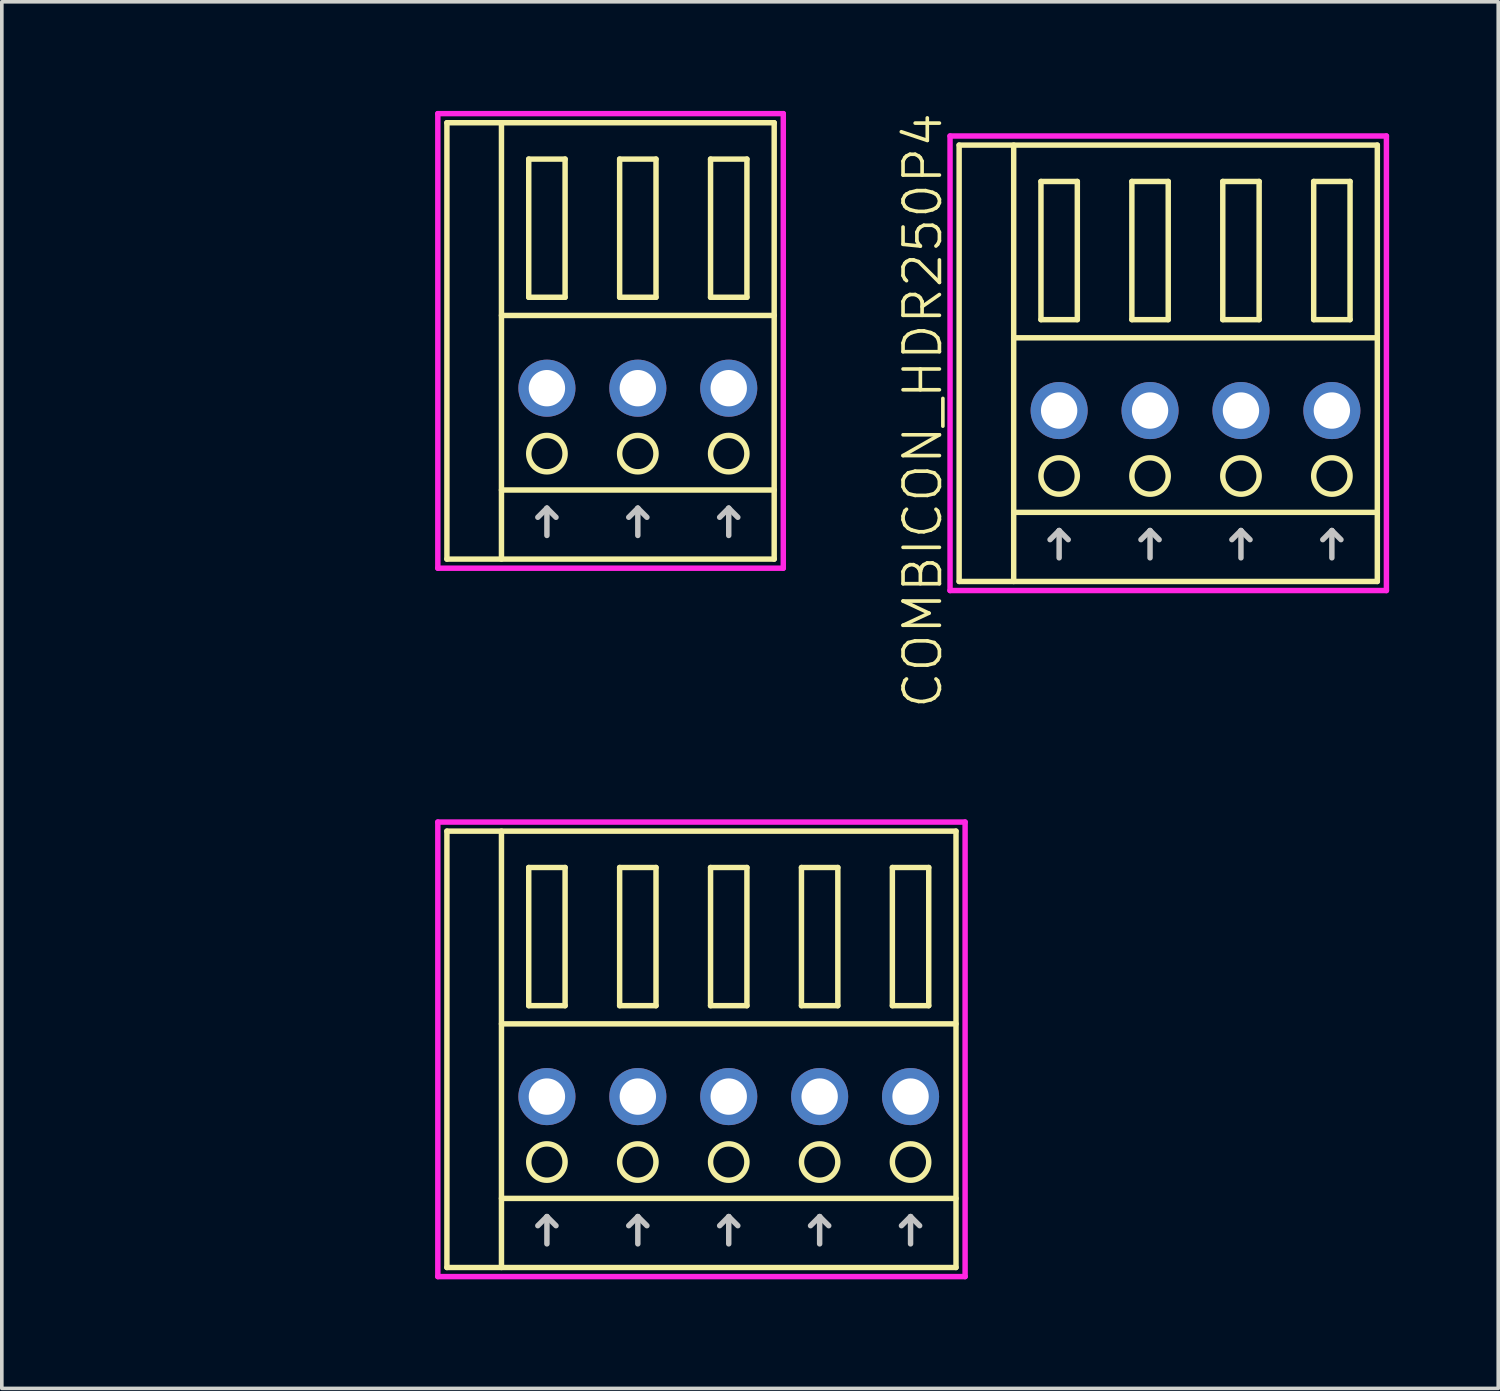
<source format=kicad_pcb>
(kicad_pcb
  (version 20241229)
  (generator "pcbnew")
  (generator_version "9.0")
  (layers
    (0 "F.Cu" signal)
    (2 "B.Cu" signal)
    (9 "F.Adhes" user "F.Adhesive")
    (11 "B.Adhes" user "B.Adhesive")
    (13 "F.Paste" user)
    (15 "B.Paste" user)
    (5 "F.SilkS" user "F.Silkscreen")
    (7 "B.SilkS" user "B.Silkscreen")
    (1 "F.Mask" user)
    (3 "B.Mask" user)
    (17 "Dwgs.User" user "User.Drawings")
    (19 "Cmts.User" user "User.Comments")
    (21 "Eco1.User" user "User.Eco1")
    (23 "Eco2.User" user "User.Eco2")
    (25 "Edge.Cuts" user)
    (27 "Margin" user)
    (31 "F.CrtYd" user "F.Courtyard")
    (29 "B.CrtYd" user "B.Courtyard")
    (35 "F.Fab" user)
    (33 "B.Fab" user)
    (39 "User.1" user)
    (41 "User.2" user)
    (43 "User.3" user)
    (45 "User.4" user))
  (footprint "COMBICON_HDR250P4"
    (layer "F.Cu")
    (at 29.826 8.24)
    (property "Reference" "COMBICON_HDR250P4" (at -7.5 0 90) (layer "F.SilkS") (effects (font (size 1 1) (thickness 0.1))))
    (attr through_hole)
    (fp_line (start -6.5 -7.3) (end -6.5 4.7) (stroke (width 0.15) (type solid)) (layer "F.SilkS"))
    (fp_line (start -6.5 4.7) (end 5 4.7) (stroke (width 0.15) (type solid)) (layer "F.SilkS"))
    (fp_line (start -5 -2) (end 5 -2) (stroke (width 0.15) (type solid)) (layer "F.SilkS"))
    (fp_line (start -5 2.8) (end 5 2.8) (stroke (width 0.15) (type solid)) (layer "F.SilkS"))
    (fp_line (start -5 4.7) (end -5 -7.3) (stroke (width 0.15) (type solid)) (layer "F.SilkS"))
    (fp_line (start -4.25 -6.3) (end -4.25 -2.5) (stroke (width 0.15) (type solid)) (layer "F.SilkS"))
    (fp_line (start -4.25 -2.5) (end -3.25 -2.5) (stroke (width 0.15) (type solid)) (layer "F.SilkS"))
    (fp_line (start -3.25 -6.3) (end -4.25 -6.3) (stroke (width 0.15) (type solid)) (layer "F.SilkS"))
    (fp_line (start -3.25 -2.5) (end -3.25 -6.3) (stroke (width 0.15) (type solid)) (layer "F.SilkS"))
    (fp_line (start -1.75 -6.3) (end -1.75 -2.5) (stroke (width 0.15) (type solid)) (layer "F.SilkS"))
    (fp_line (start -1.75 -2.5) (end -0.75 -2.5) (stroke (width 0.15) (type solid)) (layer "F.SilkS"))
    (fp_line (start -0.75 -6.3) (end -1.75 -6.3) (stroke (width 0.15) (type solid)) (layer "F.SilkS"))
    (fp_line (start -0.75 -2.5) (end -0.75 -6.3) (stroke (width 0.15) (type solid)) (layer "F.SilkS"))
    (fp_line (start 0.75 -6.3) (end 0.75 -2.5) (stroke (width 0.15) (type solid)) (layer "F.SilkS"))
    (fp_line (start 0.75 -2.5) (end 1.75 -2.5) (stroke (width 0.15) (type solid)) (layer "F.SilkS"))
    (fp_line (start 1.75 -6.3) (end 0.75 -6.3) (stroke (width 0.15) (type solid)) (layer "F.SilkS"))
    (fp_line (start 1.75 -2.5) (end 1.75 -6.3) (stroke (width 0.15) (type solid)) (layer "F.SilkS"))
    (fp_line (start 3.25 -6.3) (end 3.25 -2.5) (stroke (width 0.15) (type solid)) (layer "F.SilkS"))
    (fp_line (start 3.25 -2.5) (end 4.25 -2.5) (stroke (width 0.15) (type solid)) (layer "F.SilkS"))
    (fp_line (start 4.25 -6.3) (end 3.25 -6.3) (stroke (width 0.15) (type solid)) (layer "F.SilkS"))
    (fp_line (start 4.25 -2.5) (end 4.25 -6.3) (stroke (width 0.15) (type solid)) (layer "F.SilkS"))
    (fp_line (start 5 -7.3) (end -6.5 -7.3) (stroke (width 0.15) (type solid)) (layer "F.SilkS"))
    (fp_line (start 5 4.7) (end 5 -7.3) (stroke (width 0.15) (type solid)) (layer "F.SilkS"))
    (fp_circle (center -3.75 1.8) (end -3.25 1.8) (stroke (width 0.15) (type solid)) (fill no) (layer "F.SilkS"))
    (fp_circle (center -1.25 1.8) (end -0.75 1.8) (stroke (width 0.15) (type solid)) (fill no) (layer "F.SilkS"))
    (fp_circle (center 1.25 1.8) (end 1.75 1.8) (stroke (width 0.15) (type solid)) (fill no) (layer "F.SilkS"))
    (fp_circle (center 3.75 1.8) (end 4.25 1.8) (stroke (width 0.15) (type solid)) (fill no) (layer "F.SilkS"))
    (fp_line (start -4 3.55) (end -3.75 3.3) (stroke (width 0.15) (type solid)) (layer "Dwgs.User"))
    (fp_line (start -3.75 4.05) (end -3.75 3.3) (stroke (width 0.15) (type solid)) (layer "Dwgs.User"))
    (fp_line (start -3.5 3.55) (end -3.75 3.3) (stroke (width 0.15) (type solid)) (layer "Dwgs.User"))
    (fp_line (start -1.5 3.55) (end -1.25 3.3) (stroke (width 0.15) (type solid)) (layer "Dwgs.User"))
    (fp_line (start -1.25 4.05) (end -1.25 3.3) (stroke (width 0.15) (type solid)) (layer "Dwgs.User"))
    (fp_line (start -1 3.55) (end -1.25 3.3) (stroke (width 0.15) (type solid)) (layer "Dwgs.User"))
    (fp_line (start 1 3.55) (end 1.25 3.3) (stroke (width 0.15) (type solid)) (layer "Dwgs.User"))
    (fp_line (start 1.25 4.05) (end 1.25 3.3) (stroke (width 0.15) (type solid)) (layer "Dwgs.User"))
    (fp_line (start 1.5 3.55) (end 1.25 3.3) (stroke (width 0.15) (type solid)) (layer "Dwgs.User"))
    (fp_line (start 3.5 3.55) (end 3.75 3.3) (stroke (width 0.15) (type solid)) (layer "Dwgs.User"))
    (fp_line (start 3.75 4.05) (end 3.75 3.3) (stroke (width 0.15) (type solid)) (layer "Dwgs.User"))
    (fp_line (start 4 3.55) (end 3.75 3.3) (stroke (width 0.15) (type solid)) (layer "Dwgs.User"))
    (fp_line (start -6.75 -7.55) (end -6.75 4.95) (stroke (width 0.15) (type solid)) (layer "F.CrtYd"))
    (fp_line (start -6.75 4.95) (end 5.25 4.95) (stroke (width 0.15) (type solid)) (layer "F.CrtYd"))
    (fp_line (start 5.25 -7.55) (end -6.75 -7.55) (stroke (width 0.15) (type solid)) (layer "F.CrtYd"))
    (fp_line (start 5.25 4.95) (end 5.25 -7.55) (stroke (width 0.15) (type solid)) (layer "F.CrtYd"))
    (pad "1" thru_hole oval (at -3.75 0) (size 1.57 1.57) (drill 1) (layers "*.Cu" "*.Mask"))
    (pad "2" thru_hole oval (at -1.25 0) (size 1.57 1.57) (drill 1) (layers "*.Cu" "*.Mask"))
    (pad "3" thru_hole oval (at 1.25 0) (size 1.57 1.57) (drill 1) (layers "*.Cu" "*.Mask"))
    (pad "4" thru_hole oval (at 3.75 0) (size 1.57 1.57) (drill 1) (layers "*.Cu" "*.Mask")))
  (footprint "COMBICON_HDR250P3"
    (layer "F.Cu")
    (at 14.49 7.625)
    (property "Reference" "COMBICON_HDR250P3" (at -6.25 0 0) (layer "User.1") (effects (font (size 1 1) (thickness 0.1))))
    (attr through_hole)
    (fp_line (start -5.25 -7.3) (end -5.25 4.7) (stroke (width 0.15) (type solid)) (layer "F.SilkS"))
    (fp_line (start -5.25 4.7) (end 3.75 4.7) (stroke (width 0.15) (type solid)) (layer "F.SilkS"))
    (fp_line (start -3.75 -2) (end 3.75 -2) (stroke (width 0.15) (type solid)) (layer "F.SilkS"))
    (fp_line (start -3.75 2.8) (end 3.75 2.8) (stroke (width 0.15) (type solid)) (layer "F.SilkS"))
    (fp_line (start -3.75 4.7) (end -3.75 -7.3) (stroke (width 0.15) (type solid)) (layer "F.SilkS"))
    (fp_line (start -3 -6.3) (end -3 -2.5) (stroke (width 0.15) (type solid)) (layer "F.SilkS"))
    (fp_line (start -3 -2.5) (end -2 -2.5) (stroke (width 0.15) (type solid)) (layer "F.SilkS"))
    (fp_line (start -2 -6.3) (end -3 -6.3) (stroke (width 0.15) (type solid)) (layer "F.SilkS"))
    (fp_line (start -2 -2.5) (end -2 -6.3) (stroke (width 0.15) (type solid)) (layer "F.SilkS"))
    (fp_line (start -0.5 -6.3) (end -0.5 -2.5) (stroke (width 0.15) (type solid)) (layer "F.SilkS"))
    (fp_line (start -0.5 -2.5) (end 0.5 -2.5) (stroke (width 0.15) (type solid)) (layer "F.SilkS"))
    (fp_line (start 0.5 -6.3) (end -0.5 -6.3) (stroke (width 0.15) (type solid)) (layer "F.SilkS"))
    (fp_line (start 0.5 -2.5) (end 0.5 -6.3) (stroke (width 0.15) (type solid)) (layer "F.SilkS"))
    (fp_line (start 2 -6.3) (end 2 -2.5) (stroke (width 0.15) (type solid)) (layer "F.SilkS"))
    (fp_line (start 2 -2.5) (end 3 -2.5) (stroke (width 0.15) (type solid)) (layer "F.SilkS"))
    (fp_line (start 3 -6.3) (end 2 -6.3) (stroke (width 0.15) (type solid)) (layer "F.SilkS"))
    (fp_line (start 3 -2.5) (end 3 -6.3) (stroke (width 0.15) (type solid)) (layer "F.SilkS"))
    (fp_line (start 3.75 -7.3) (end -5.25 -7.3) (stroke (width 0.15) (type solid)) (layer "F.SilkS"))
    (fp_line (start 3.75 4.7) (end 3.75 -7.3) (stroke (width 0.15) (type solid)) (layer "F.SilkS"))
    (fp_circle (center -2.5 1.8) (end -2 1.8) (stroke (width 0.15) (type solid)) (fill no) (layer "F.SilkS"))
    (fp_circle (center 0 1.8) (end 0.5 1.8) (stroke (width 0.15) (type solid)) (fill no) (layer "F.SilkS"))
    (fp_circle (center 2.5 1.8) (end 3 1.8) (stroke (width 0.15) (type solid)) (fill no) (layer "F.SilkS"))
    (fp_line (start -2.75 3.55) (end -2.5 3.3) (stroke (width 0.15) (type solid)) (layer "Dwgs.User"))
    (fp_line (start -2.5 4.05) (end -2.5 3.3) (stroke (width 0.15) (type solid)) (layer "Dwgs.User"))
    (fp_line (start -2.25 3.55) (end -2.5 3.3) (stroke (width 0.15) (type solid)) (layer "Dwgs.User"))
    (fp_line (start -0.25 3.55) (end 0 3.3) (stroke (width 0.15) (type solid)) (layer "Dwgs.User"))
    (fp_line (start 0 4.05) (end 0 3.3) (stroke (width 0.15) (type solid)) (layer "Dwgs.User"))
    (fp_line (start 0.25 3.55) (end 0 3.3) (stroke (width 0.15) (type solid)) (layer "Dwgs.User"))
    (fp_line (start 2.25 3.55) (end 2.5 3.3) (stroke (width 0.15) (type solid)) (layer "Dwgs.User"))
    (fp_line (start 2.5 4.05) (end 2.5 3.3) (stroke (width 0.15) (type solid)) (layer "Dwgs.User"))
    (fp_line (start 2.75 3.55) (end 2.5 3.3) (stroke (width 0.15) (type solid)) (layer "Dwgs.User"))
    (fp_line (start -5.5 -7.55) (end -5.5 4.95) (stroke (width 0.15) (type solid)) (layer "F.CrtYd"))
    (fp_line (start -5.5 4.95) (end 4 4.95) (stroke (width 0.15) (type solid)) (layer "F.CrtYd"))
    (fp_line (start 4 -7.55) (end -5.5 -7.55) (stroke (width 0.15) (type solid)) (layer "F.CrtYd"))
    (fp_line (start 4 4.95) (end 4 -7.55) (stroke (width 0.15) (type solid)) (layer "F.CrtYd"))
    (pad "1" thru_hole oval (at -2.5 0) (size 1.57 1.57) (drill 1) (layers "*.Cu" "*.Mask"))
    (pad "2" thru_hole oval (at 0 0) (size 1.57 1.57) (drill 1) (layers "*.Cu" "*.Mask"))
    (pad "3" thru_hole oval (at 2.5 0) (size 1.57 1.57) (drill 1) (layers "*.Cu" "*.Mask")))
  (footprint "COMBICON_HDR250P5"
    (layer "F.Cu")
    (at 16.99 27.106)
    (property "Reference" "COMBICON_HDR250P5" (at -8.75 0 0) (layer "User.1") (effects (font (size 1 1) (thickness 0.1))))
    (attr through_hole)
    (fp_line (start -7.75 -7.3) (end -7.75 4.7) (stroke (width 0.15) (type solid)) (layer "F.SilkS"))
    (fp_line (start -7.75 4.7) (end 6.25 4.7) (stroke (width 0.15) (type solid)) (layer "F.SilkS"))
    (fp_line (start -6.25 -2) (end 6.25 -2) (stroke (width 0.15) (type solid)) (layer "F.SilkS"))
    (fp_line (start -6.25 2.8) (end 6.25 2.8) (stroke (width 0.15) (type solid)) (layer "F.SilkS"))
    (fp_line (start -6.25 4.7) (end -6.25 -7.3) (stroke (width 0.15) (type solid)) (layer "F.SilkS"))
    (fp_line (start -5.5 -6.3) (end -5.5 -2.5) (stroke (width 0.15) (type solid)) (layer "F.SilkS"))
    (fp_line (start -5.5 -2.5) (end -4.5 -2.5) (stroke (width 0.15) (type solid)) (layer "F.SilkS"))
    (fp_line (start -4.5 -6.3) (end -5.5 -6.3) (stroke (width 0.15) (type solid)) (layer "F.SilkS"))
    (fp_line (start -4.5 -2.5) (end -4.5 -6.3) (stroke (width 0.15) (type solid)) (layer "F.SilkS"))
    (fp_line (start -3 -6.3) (end -3 -2.5) (stroke (width 0.15) (type solid)) (layer "F.SilkS"))
    (fp_line (start -3 -2.5) (end -2 -2.5) (stroke (width 0.15) (type solid)) (layer "F.SilkS"))
    (fp_line (start -2 -6.3) (end -3 -6.3) (stroke (width 0.15) (type solid)) (layer "F.SilkS"))
    (fp_line (start -2 -2.5) (end -2 -6.3) (stroke (width 0.15) (type solid)) (layer "F.SilkS"))
    (fp_line (start -0.5 -6.3) (end -0.5 -2.5) (stroke (width 0.15) (type solid)) (layer "F.SilkS"))
    (fp_line (start -0.5 -2.5) (end 0.5 -2.5) (stroke (width 0.15) (type solid)) (layer "F.SilkS"))
    (fp_line (start 0.5 -6.3) (end -0.5 -6.3) (stroke (width 0.15) (type solid)) (layer "F.SilkS"))
    (fp_line (start 0.5 -2.5) (end 0.5 -6.3) (stroke (width 0.15) (type solid)) (layer "F.SilkS"))
    (fp_line (start 2 -6.3) (end 2 -2.5) (stroke (width 0.15) (type solid)) (layer "F.SilkS"))
    (fp_line (start 2 -2.5) (end 3 -2.5) (stroke (width 0.15) (type solid)) (layer "F.SilkS"))
    (fp_line (start 3 -6.3) (end 2 -6.3) (stroke (width 0.15) (type solid)) (layer "F.SilkS"))
    (fp_line (start 3 -2.5) (end 3 -6.3) (stroke (width 0.15) (type solid)) (layer "F.SilkS"))
    (fp_line (start 4.5 -6.3) (end 4.5 -2.5) (stroke (width 0.15) (type solid)) (layer "F.SilkS"))
    (fp_line (start 4.5 -2.5) (end 5.5 -2.5) (stroke (width 0.15) (type solid)) (layer "F.SilkS"))
    (fp_line (start 5.5 -6.3) (end 4.5 -6.3) (stroke (width 0.15) (type solid)) (layer "F.SilkS"))
    (fp_line (start 5.5 -2.5) (end 5.5 -6.3) (stroke (width 0.15) (type solid)) (layer "F.SilkS"))
    (fp_line (start 6.25 -7.3) (end -7.75 -7.3) (stroke (width 0.15) (type solid)) (layer "F.SilkS"))
    (fp_line (start 6.25 4.7) (end 6.25 -7.3) (stroke (width 0.15) (type solid)) (layer "F.SilkS"))
    (fp_circle (center -5 1.8) (end -4.5 1.8) (stroke (width 0.15) (type solid)) (fill no) (layer "F.SilkS"))
    (fp_circle (center -2.5 1.8) (end -2 1.8) (stroke (width 0.15) (type solid)) (fill no) (layer "F.SilkS"))
    (fp_circle (center 0 1.8) (end 0.5 1.8) (stroke (width 0.15) (type solid)) (fill no) (layer "F.SilkS"))
    (fp_circle (center 2.5 1.8) (end 3 1.8) (stroke (width 0.15) (type solid)) (fill no) (layer "F.SilkS"))
    (fp_circle (center 5 1.8) (end 5.5 1.8) (stroke (width 0.15) (type solid)) (fill no) (layer "F.SilkS"))
    (fp_line (start -5.25 3.55) (end -5 3.3) (stroke (width 0.15) (type solid)) (layer "Dwgs.User"))
    (fp_line (start -5 4.05) (end -5 3.3) (stroke (width 0.15) (type solid)) (layer "Dwgs.User"))
    (fp_line (start -4.75 3.55) (end -5 3.3) (stroke (width 0.15) (type solid)) (layer "Dwgs.User"))
    (fp_line (start -2.75 3.55) (end -2.5 3.3) (stroke (width 0.15) (type solid)) (layer "Dwgs.User"))
    (fp_line (start -2.5 4.05) (end -2.5 3.3) (stroke (width 0.15) (type solid)) (layer "Dwgs.User"))
    (fp_line (start -2.25 3.55) (end -2.5 3.3) (stroke (width 0.15) (type solid)) (layer "Dwgs.User"))
    (fp_line (start -0.25 3.55) (end 0 3.3) (stroke (width 0.15) (type solid)) (layer "Dwgs.User"))
    (fp_line (start 0 4.05) (end 0 3.3) (stroke (width 0.15) (type solid)) (layer "Dwgs.User"))
    (fp_line (start 0.25 3.55) (end 0 3.3) (stroke (width 0.15) (type solid)) (layer "Dwgs.User"))
    (fp_line (start 2.25 3.55) (end 2.5 3.3) (stroke (width 0.15) (type solid)) (layer "Dwgs.User"))
    (fp_line (start 2.5 4.05) (end 2.5 3.3) (stroke (width 0.15) (type solid)) (layer "Dwgs.User"))
    (fp_line (start 2.75 3.55) (end 2.5 3.3) (stroke (width 0.15) (type solid)) (layer "Dwgs.User"))
    (fp_line (start 4.75 3.55) (end 5 3.3) (stroke (width 0.15) (type solid)) (layer "Dwgs.User"))
    (fp_line (start 5 4.05) (end 5 3.3) (stroke (width 0.15) (type solid)) (layer "Dwgs.User"))
    (fp_line (start 5.25 3.55) (end 5 3.3) (stroke (width 0.15) (type solid)) (layer "Dwgs.User"))
    (fp_line (start -8 -7.55) (end -8 4.95) (stroke (width 0.15) (type solid)) (layer "F.CrtYd"))
    (fp_line (start -8 4.95) (end 6.5 4.95) (stroke (width 0.15) (type solid)) (layer "F.CrtYd"))
    (fp_line (start 6.5 -7.55) (end -8 -7.55) (stroke (width 0.15) (type solid)) (layer "F.CrtYd"))
    (fp_line (start 6.5 4.95) (end 6.5 -7.55) (stroke (width 0.15) (type solid)) (layer "F.CrtYd"))
    (pad "1" thru_hole oval (at -5 0) (size 1.57 1.57) (drill 1) (layers "*.Cu" "*.Mask"))
    (pad "2" thru_hole oval (at -2.5 0) (size 1.57 1.57) (drill 1) (layers "*.Cu" "*.Mask"))
    (pad "3" thru_hole oval (at 0 0) (size 1.57 1.57) (drill 1) (layers "*.Cu" "*.Mask"))
    (pad "4" thru_hole oval (at 2.5 0) (size 1.57 1.57) (drill 1) (layers "*.Cu" "*.Mask"))
    (pad "5" thru_hole oval (at 5 0) (size 1.57 1.57) (drill 1) (layers "*.Cu" "*.Mask")))
  (gr_rect
    (start -3 -3)
    (end 38.151 35.131)
    (stroke (width 0.1) (type default))
    (fill no)
    (layer "Edge.Cuts")))
</source>
